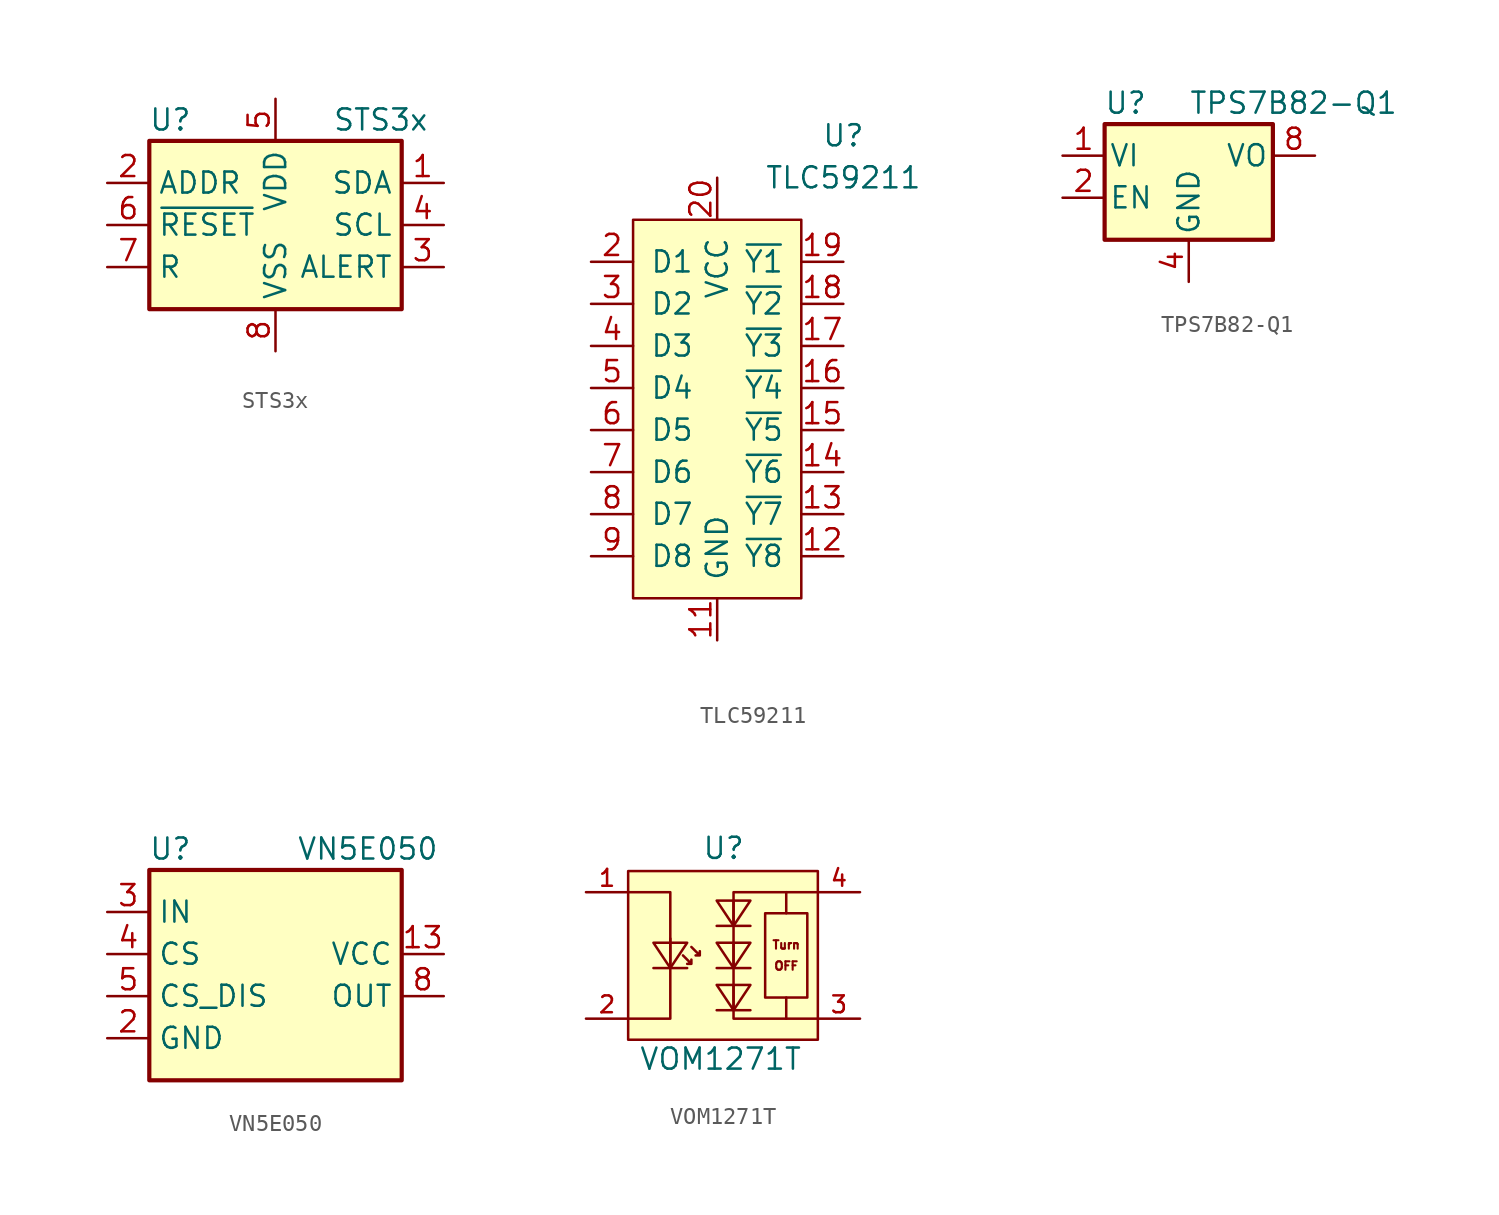
<source format=kicad_sym>
(kicad_symbol_lib
  (version 20211014)
  (generator kicad_symbol_editor)
  (symbol "ownLib:STS3x"
    (property "Reference" "U"
      (at -6.35 6.35 0)
      (effects (font (size 1.27 1.27))))
    (property "Value" "STS3x"
      (at 6.35 6.35 0)
      (effects (font (size 1.27 1.27))))
    (symbol "STS3x_0_1"
      (rectangle (start -7.62 5.08) (end 7.62 -5.08) (stroke (width 0.254) (type default) (color 0 0 0 0)) (fill (type background))))
    (symbol "STS3x_1_1"
      (pin bidirectional line (at 10.16 2.54 180) (length 2.54) (name "SDA" (effects (font (size 1.27 1.27)))) (number "1" (effects (font (size 1.27 1.27)))))
      (pin input line (at -10.16 2.54 0) (length 2.54) (name "ADDR" (effects (font (size 1.27 1.27)))) (number "2" (effects (font (size 1.27 1.27)))))
      (pin output line (at 10.16 -2.54 180) (length 2.54) (name "ALERT" (effects (font (size 1.27 1.27)))) (number "3" (effects (font (size 1.27 1.27)))))
      (pin input line (at 10.16 0 180) (length 2.54) (name "SCL" (effects (font (size 1.27 1.27)))) (number "4" (effects (font (size 1.27 1.27)))))
      (pin power_in line (at 0 7.62 270) (length 2.54) (name "VDD" (effects (font (size 1.27 1.27)))) (number "5" (effects (font (size 1.27 1.27)))))
      (pin input line (at -10.16 0 0) (length 2.54) (name "~{RESET}" (effects (font (size 1.27 1.27)))) (number "6" (effects (font (size 1.27 1.27)))))
      (pin passive line (at -10.16 -2.54 0) (length 2.54) (name "R" (effects (font (size 1.27 1.27)))) (number "7" (effects (font (size 1.27 1.27)))))
      (pin power_in line (at 0 -7.62 90) (length 2.54) (name "VSS" (effects (font (size 1.27 1.27)))) (number "8" (effects (font (size 1.27 1.27)))))
      (pin passive line (at 0 -7.62 90) (length 2.54) hide (name "VSS" (effects (font (size 1.27 1.27)))) (number "9" (effects (font (size 1.27 1.27)))))))
  (symbol "ownLib:TLC59211"
    (pin_names
      (offset 1.016))
    (property "Reference" "U"
      (at 7.62 17.78 0)
      (effects (font (size 1.27 1.27))))
    (property "Value" "TLC59211"
      (at 7.62 15.24 0)
      (effects (font (size 1.27 1.27))))
    (symbol "TLC59211_0_1"
      (rectangle (start -5.08 12.7) (end 5.08 -10.16) (stroke (width 0) (type default) (color 0 0 0 0)) (fill (type background))))
    (symbol "TLC59211_1_1"
      (pin power_in line (at 0 -12.7 90) (length 2.54) (name "GND" (effects (font (size 1.27 1.27)))) (number "11" (effects (font (size 1.27 1.27)))))
      (pin open_collector line (at 7.62 -7.62 180) (length 2.54) (name "~{Y8}" (effects (font (size 1.27 1.27)))) (number "12" (effects (font (size 1.27 1.27)))))
      (pin open_collector line (at 7.62 -5.08 180) (length 2.54) (name "~{Y7}" (effects (font (size 1.27 1.27)))) (number "13" (effects (font (size 1.27 1.27)))))
      (pin open_collector line (at 7.62 -2.54 180) (length 2.54) (name "~{Y6}" (effects (font (size 1.27 1.27)))) (number "14" (effects (font (size 1.27 1.27)))))
      (pin open_collector line (at 7.62 0 180) (length 2.54) (name "~{Y5}" (effects (font (size 1.27 1.27)))) (number "15" (effects (font (size 1.27 1.27)))))
      (pin open_collector line (at 7.62 2.54 180) (length 2.54) (name "~{Y4}" (effects (font (size 1.27 1.27)))) (number "16" (effects (font (size 1.27 1.27)))))
      (pin open_collector line (at 7.62 5.08 180) (length 2.54) (name "~{Y3}" (effects (font (size 1.27 1.27)))) (number "17" (effects (font (size 1.27 1.27)))))
      (pin open_collector line (at 7.62 7.62 180) (length 2.54) (name "~{Y2}" (effects (font (size 1.27 1.27)))) (number "18" (effects (font (size 1.27 1.27)))))
      (pin open_collector line (at 7.62 10.16 180) (length 2.54) (name "~{Y1}" (effects (font (size 1.27 1.27)))) (number "19" (effects (font (size 1.27 1.27)))))
      (pin input line (at -7.62 10.16 0) (length 2.54) (name "D1" (effects (font (size 1.27 1.27)))) (number "2" (effects (font (size 1.27 1.27)))))
      (pin power_in line (at 0 15.24 270) (length 2.54) (name "VCC" (effects (font (size 1.27 1.27)))) (number "20" (effects (font (size 1.27 1.27)))))
      (pin input line (at -7.62 7.62 0) (length 2.54) (name "D2" (effects (font (size 1.27 1.27)))) (number "3" (effects (font (size 1.27 1.27)))))
      (pin input line (at -7.62 5.08 0) (length 2.54) (name "D3" (effects (font (size 1.27 1.27)))) (number "4" (effects (font (size 1.27 1.27)))))
      (pin input line (at -7.62 2.54 0) (length 2.54) (name "D4" (effects (font (size 1.27 1.27)))) (number "5" (effects (font (size 1.27 1.27)))))
      (pin input line (at -7.62 0 0) (length 2.54) (name "D5" (effects (font (size 1.27 1.27)))) (number "6" (effects (font (size 1.27 1.27)))))
      (pin input line (at -7.62 -2.54 0) (length 2.54) (name "D6" (effects (font (size 1.27 1.27)))) (number "7" (effects (font (size 1.27 1.27)))))
      (pin input line (at -7.62 -5.08 0) (length 2.54) (name "D7" (effects (font (size 1.27 1.27)))) (number "8" (effects (font (size 1.27 1.27)))))
      (pin input line (at -7.62 -7.62 0) (length 2.54) (name "D8" (effects (font (size 1.27 1.27)))) (number "9" (effects (font (size 1.27 1.27)))))))
  (symbol "ownLib:TPS7B82-Q1"
    (pin_names
      (offset 0.254))
    (property "Reference" "U"
      (at -3.81 3.175 0)
      (effects (font (size 1.27 1.27))))
    (property "Value" "TPS7B82-Q1"
      (at 0 3.175 0)
      (effects (font (size 1.27 1.27)) (justify left)))
    (symbol "TPS7B82-Q1_0_1"
      (rectangle (start -5.08 -5.08) (end 5.08 1.905) (stroke (width 0.254) (type default) (color 0 0 0 0)) (fill (type background))))
    (symbol "TPS7B82-Q1_1_1"
      (pin power_in line (at -7.62 0 0) (length 2.54) (name "VI" (effects (font (size 1.27 1.27)))) (number "1" (effects (font (size 1.27 1.27)))))
      (pin input line (at -7.62 -2.54 0) (length 2.54) (name "EN" (effects (font (size 1.27 1.27)))) (number "2" (effects (font (size 1.27 1.27)))))
      (pin passive line (at 0 -7.62 90) (length 2.54) hide (name "GND" (effects (font (size 1.27 1.27)))) (number "3" (effects (font (size 1.27 1.27)))))
      (pin power_in line (at 0 -7.62 90) (length 2.54) (name "GND" (effects (font (size 1.27 1.27)))) (number "4" (effects (font (size 1.27 1.27)))))
      (pin passive line (at 0 -7.62 90) (length 2.54) hide (name "GND" (effects (font (size 1.27 1.27)))) (number "5" (effects (font (size 1.27 1.27)))))
      (pin passive line (at 0 -7.62 90) (length 2.54) hide (name "GND" (effects (font (size 1.27 1.27)))) (number "6" (effects (font (size 1.27 1.27)))))
      (pin passive line (at 0 -7.62 90) (length 2.54) hide (name "GND" (effects (font (size 1.27 1.27)))) (number "7" (effects (font (size 1.27 1.27)))))
      (pin power_out line (at 7.62 0 180) (length 2.54) (name "VO" (effects (font (size 1.27 1.27)))) (number "8" (effects (font (size 1.27 1.27)))))
      (pin passive line (at 0 -7.62 90) (length 2.54) hide (name "GND" (effects (font (size 1.27 1.27)))) (number "9" (effects (font (size 1.27 1.27)))))))
  (symbol "ownLib:VN5E050"
    (property "Reference" "U"
      (at -6.35 6.35 0)
      (effects (font (size 1.27 1.27))))
    (property "Value" "VN5E050"
      (at 1.27 6.35 0)
      (effects (font (size 1.27 1.27)) (justify left)))
    (symbol "VN5E050_0_1"
      (rectangle (start -7.62 5.08) (end 7.62 -7.62) (stroke (width 0.254) (type default) (color 0 0 0 0)) (fill (type background))))
    (symbol "VN5E050_1_1"
      (pin passive line (at 10.16 -2.54 180) (length 2.54) hide (name "OUT" (effects (font (size 1.27 1.27)))) (number "10" (effects (font (size 1.27 1.27)))))
      (pin passive line (at 10.16 -2.54 180) (length 2.54) hide (name "OUT" (effects (font (size 1.27 1.27)))) (number "11" (effects (font (size 1.27 1.27)))))
      (pin power_in line (at 10.16 0 180) (length 2.54) (name "VCC" (effects (font (size 1.27 1.27)))) (number "13" (effects (font (size 1.27 1.27)))))
      (pin power_in line (at -10.16 -5.08 0) (length 2.54) (name "GND" (effects (font (size 1.27 1.27)))) (number "2" (effects (font (size 1.27 1.27)))))
      (pin input line (at -10.16 2.54 0) (length 2.54) (name "IN" (effects (font (size 1.27 1.27)))) (number "3" (effects (font (size 1.27 1.27)))))
      (pin output line (at -10.16 0 0) (length 2.54) (name "CS" (effects (font (size 1.27 1.27)))) (number "4" (effects (font (size 1.27 1.27)))))
      (pin input line (at -10.16 -2.54 0) (length 2.54) (name "CS_DIS" (effects (font (size 1.27 1.27)))) (number "5" (effects (font (size 1.27 1.27)))))
      (pin power_out line (at 10.16 -2.54 180) (length 2.54) (name "OUT" (effects (font (size 1.27 1.27)))) (number "8" (effects (font (size 1.27 1.27)))))
      (pin passive line (at 10.16 -2.54 180) (length 2.54) hide (name "OUT" (effects (font (size 1.27 1.27)))) (number "9" (effects (font (size 1.27 1.27)))))))
  (symbol "ownLib:VOM1271T"
    (pin_names
      (offset 1.016) hide)
    (property "Reference" "U"
      (at -0.635 5.715 0)
      (effects (font (size 1.27 1.27)) (justify left bottom)))
    (property "Value" "VOM1271T"
      (at -4.445 -6.985 0)
      (effects (font (size 1.27 1.27)) (justify left bottom)))
    (symbol "VOM1271T_0_0"
      (polyline (pts (xy 4.445 -2.54) (xy 4.445 -3.81)) (stroke (width 0) (type default) (color 0 0 0 0)) (fill (type none)))
      (polyline (pts (xy 4.445 2.54) (xy 4.445 3.81)) (stroke (width 0) (type default) (color 0 0 0 0)) (fill (type none)))
      (polyline (pts (xy 3.175 2.54) (xy 5.715 2.54) (xy 5.715 -2.54) (xy 3.175 -2.54) (xy 3.175 2.54)) (stroke (width 0) (type default) (color 0 0 0 0)) (fill (type none)))
      (text "OFF" (at 4.445 -0.635 0) (effects (font (size 0.508 0.508))))
      (text "Turn" (at 4.445 0.635 0) (effects (font (size 0.508 0.508))))
      (pin passive line (at -7.62 3.81 0) (length 2.54) (name "A1" (effects (font (size 1.016 1.016)))) (number "1" (effects (font (size 1.016 1.016)))))
      (pin passive line (at -7.62 -3.81 0) (length 2.54) (name "C1" (effects (font (size 1.016 1.016)))) (number "2" (effects (font (size 1.016 1.016)))))
      (pin passive line (at 8.89 -3.81 180) (length 2.54) (name "C2" (effects (font (size 1.016 1.016)))) (number "3" (effects (font (size 1.016 1.016)))))
      (pin passive line (at 8.89 3.81 180) (length 2.54) (name "A2" (effects (font (size 1.016 1.016)))) (number "4" (effects (font (size 1.016 1.016))))))
    (symbol "VOM1271T_0_1"
      (rectangle (start -5.08 5.08) (end 6.35 -5.08) (stroke (width 0) (type default) (color 0 0 0 0)) (fill (type background)))
      (polyline (pts (xy -5.08 3.81) (xy -2.54 3.81) (xy -2.54 -3.81) (xy -5.08 -3.81)) (stroke (width 0) (type default) (color 0 0 0 0)) (fill (type none)))
      (polyline (pts (xy 6.35 3.81) (xy 1.27 3.81) (xy 1.27 -3.81) (xy 6.35 -3.81)) (stroke (width 0) (type default) (color 0 0 0 0)) (fill (type none))))
    (symbol "VOM1271T_1_1"
      (polyline (pts (xy -3.556 -0.762) (xy -1.524 -0.762)) (stroke (width 0) (type default) (color 0 0 0 0)) (fill (type none)))
      (polyline (pts (xy -2.54 1.016) (xy -2.54 -0.762)) (stroke (width 0) (type default) (color 0 0 0 0)) (fill (type none)))
      (polyline (pts (xy 1.27 -3.302) (xy 1.27 -1.778)) (stroke (width 0) (type default) (color 0 0 0 0)) (fill (type none)))
      (polyline (pts (xy 1.27 -0.762) (xy 1.27 0.762)) (stroke (width 0) (type default) (color 0 0 0 0)) (fill (type none)))
      (polyline (pts (xy 1.27 1.778) (xy 1.27 3.302)) (stroke (width 0) (type default) (color 0 0 0 0)) (fill (type none)))
      (polyline (pts (xy 2.286 -3.302) (xy 0.254 -3.302)) (stroke (width 0) (type default) (color 0 0 0 0)) (fill (type none)))
      (polyline (pts (xy 2.286 -0.762) (xy 0.254 -0.762)) (stroke (width 0) (type default) (color 0 0 0 0)) (fill (type none)))
      (polyline (pts (xy 2.286 1.778) (xy 0.254 1.778)) (stroke (width 0) (type default) (color 0 0 0 0)) (fill (type none)))
      (polyline (pts (xy -3.556 0.762) (xy -2.54 -0.762) (xy -1.524 0.762) (xy -3.556 0.762)) (stroke (width 0) (type default) (color 0 0 0 0)) (fill (type none)))
      (polyline (pts (xy 2.286 -1.778) (xy 1.27 -3.302) (xy 0.254 -1.778) (xy 2.286 -1.778)) (stroke (width 0) (type default) (color 0 0 0 0)) (fill (type none)))
      (polyline (pts (xy 2.286 0.762) (xy 1.27 -0.762) (xy 0.254 0.762) (xy 2.286 0.762)) (stroke (width 0) (type default) (color 0 0 0 0)) (fill (type none)))
      (polyline (pts (xy 2.286 3.302) (xy 1.27 1.778) (xy 0.254 3.302) (xy 2.286 3.302)) (stroke (width 0) (type default) (color 0 0 0 0)) (fill (type none)))
      (polyline (pts (xy -1.778 0) (xy -1.27 -0.508) (xy -1.27 -0.254) (xy -1.27 -0.508) (xy -1.524 -0.508)) (stroke (width 0) (type default) (color 0 0 0 0)) (fill (type none)))
      (polyline (pts (xy -1.27 0.508) (xy -0.762 0) (xy -0.762 0.254) (xy -0.762 0) (xy -1.016 0)) (stroke (width 0) (type default) (color 0 0 0 0)) (fill (type none))))))
</source>
